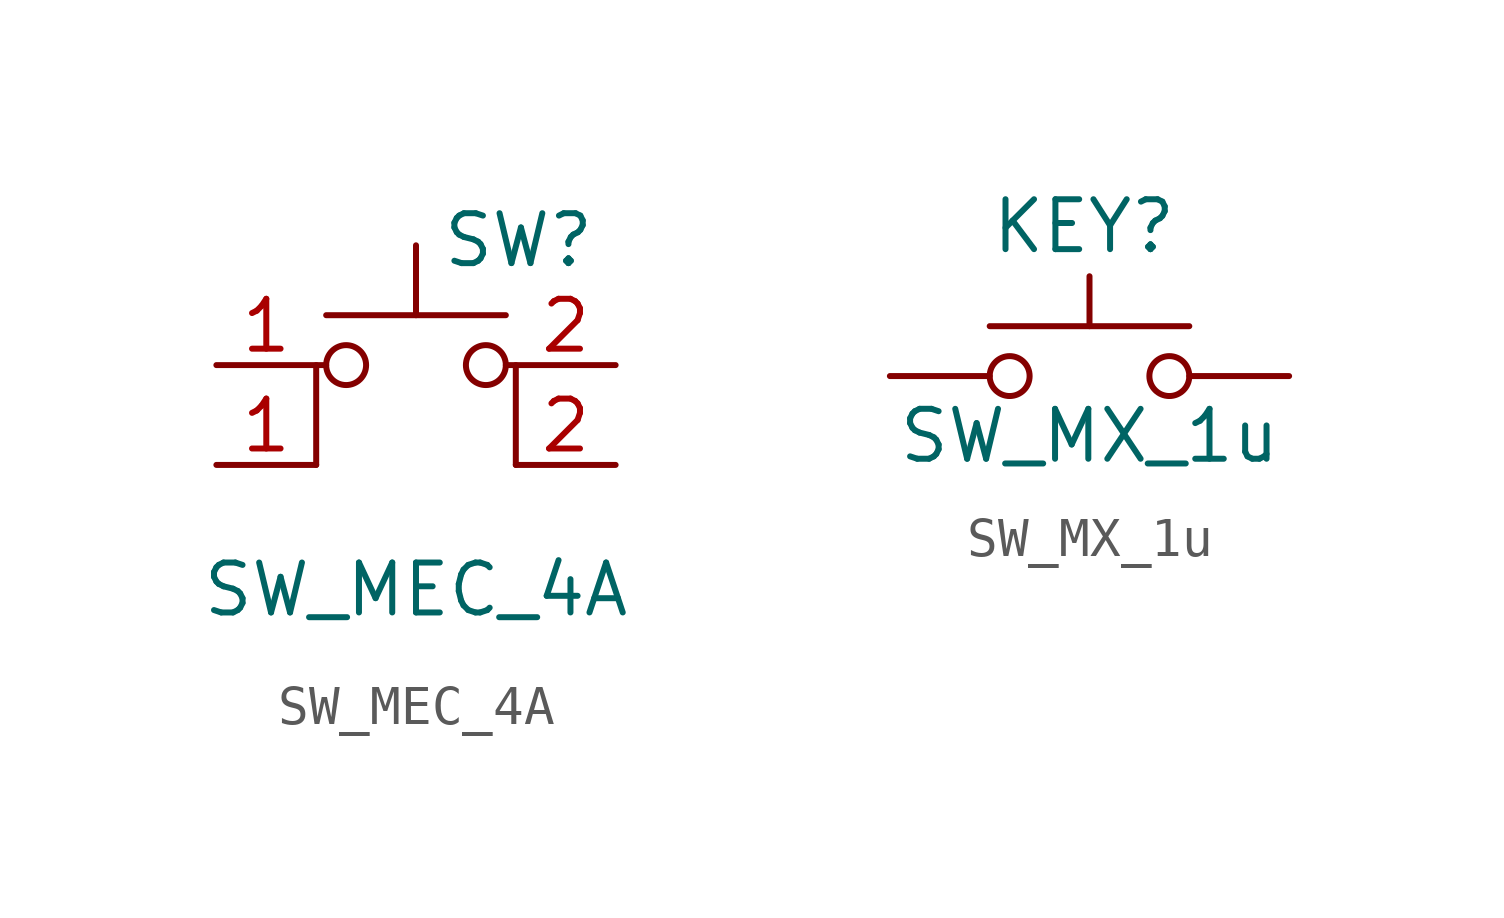
<source format=kicad_sym>
(kicad_symbol_lib
  (version 20211014)
  (generator kicad_symbol_editor)
  (symbol "SW_MEC_4A"
    (pin_names
      (offset 1.016) hide)
    (property "Reference" "SW"
      (at 0.635 5.715 0)
      (effects (font (size 1.27 1.27)) (justify left)))
    (property "Value" "SW_MEC_4A"
      (at 0 -3.175 0)
      (effects (font (size 1.27 1.27))))
    (symbol "SW_MEC_4A_0_1"
      (circle (center -1.778 2.54) (radius 0.508) (stroke (width 0) (type default) (color 0 0 0 0)) (fill (type none)))
      (polyline (pts (xy -2.286 3.81) (xy 2.286 3.81)) (stroke (width 0) (type default) (color 0 0 0 0)) (fill (type none)))
      (polyline (pts (xy 0 3.81) (xy 0 5.588)) (stroke (width 0) (type default) (color 0 0 0 0)) (fill (type none)))
      (polyline (pts (xy -2.54 0) (xy -2.54 2.54) (xy -2.286 2.54)) (stroke (width 0) (type default) (color 0 0 0 0)) (fill (type none)))
      (polyline (pts (xy 2.54 0) (xy 2.54 2.54) (xy 2.286 2.54)) (stroke (width 0) (type default) (color 0 0 0 0)) (fill (type none)))
      (circle (center 1.778 2.54) (radius 0.508) (stroke (width 0) (type default) (color 0 0 0 0)) (fill (type none)))
      (pin passive line (at -5.08 0 0) (length 2.54) (name "1" (effects (font (size 1.27 1.27)))) (number "1" (effects (font (size 1.27 1.27)))))
      (pin passive line (at -5.08 2.54 0) (length 2.54) (name "1" (effects (font (size 1.27 1.27)))) (number "1" (effects (font (size 1.27 1.27)))))
      (pin passive line (at 5.08 0 180) (length 2.54) (name "2" (effects (font (size 1.27 1.27)))) (number "2" (effects (font (size 1.27 1.27)))))
      (pin passive line (at 5.08 2.54 180) (length 2.54) (name "2" (effects (font (size 1.27 1.27)))) (number "2" (effects (font (size 1.27 1.27)))))))
  (symbol "SW_MX_1u"
    (pin_numbers hide)
    (pin_names
      (offset 1.016) hide)
    (property "Reference" "KEY"
      (at -2.54 3.81 0)
      (effects (font (size 1.27 1.27)) (justify left)))
    (property "Value" "SW_MX_1u"
      (at 0 -1.524 0)
      (effects (font (size 1.27 1.27))))
    (symbol "SW_MX_1u_0_1"
      (circle (center -2.032 0) (radius 0.508) (stroke (width 0) (type default) (color 0 0 0 0)) (fill (type none)))
      (polyline (pts (xy 0 1.27) (xy 0 2.54)) (stroke (width 0) (type default) (color 0 0 0 0)) (fill (type none)))
      (polyline (pts (xy 2.54 1.27) (xy -2.54 1.27)) (stroke (width 0) (type default) (color 0 0 0 0)) (fill (type none)))
      (circle (center 2.032 0) (radius 0.508) (stroke (width 0) (type default) (color 0 0 0 0)) (fill (type none)))
      (pin passive line (at -5.08 0 0) (length 2.54) (name "A" (effects (font (size 1.27 1.27)))) (number "1" (effects (font (size 1.27 1.27)))))
      (pin passive line (at 5.08 0 180) (length 2.54) (name "B" (effects (font (size 1.27 1.27)))) (number "2" (effects (font (size 1.27 1.27))))))))
</source>
